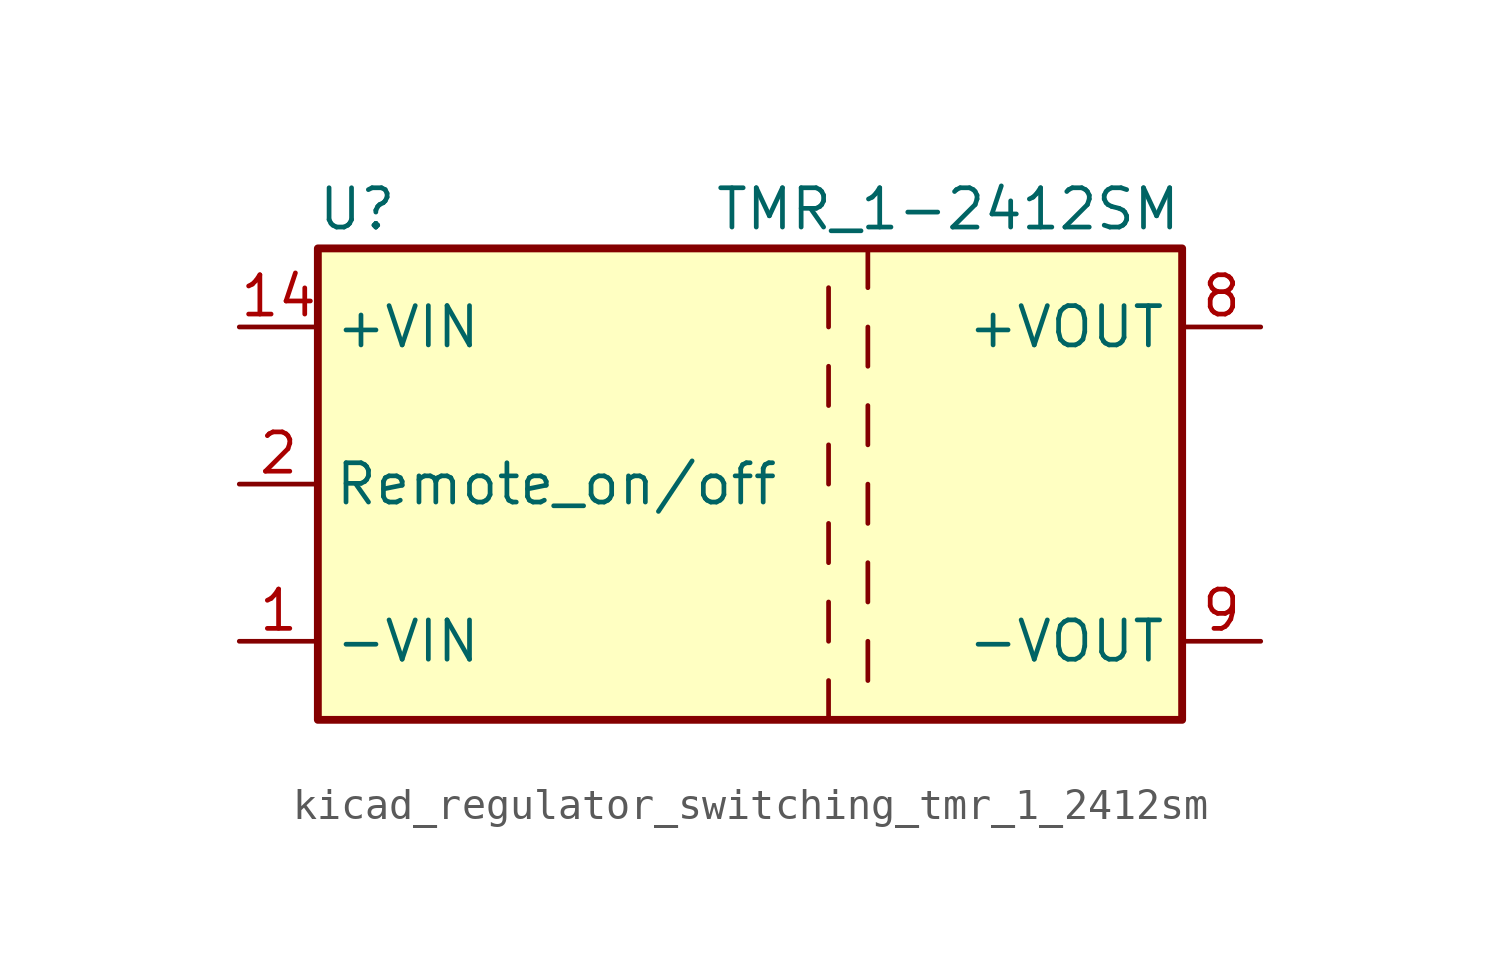
<source format=kicad_sym>
(kicad_symbol_lib
  (version 20220914)
  (generator kicad_symbol_editor)
  (symbol "kicad_regulator_switching_tmr_1_2412sm"
    (property "Reference" "U"
      (at -16.51 8.89 0)
      (effects (font (size 1.27 1.27))))
    (property "Value" "TMR_1-2412SM"
      (at 10.16 8.89 0)
      (effects (font (size 1.27 1.27)) (justify right)))
    (symbol "kicad_regulator_switching_tmr_1_2412sm_0_1"
      (rectangle (start -17.78 7.62) (end 10.16 -7.62) (stroke (width 0.254) (type default)) (fill (type background)))
      (polyline (pts (xy -1.27 -6.35) (xy -1.27 -7.62)) (stroke (width 0) (type default)) (fill (type none)))
      (polyline (pts (xy -1.27 -3.81) (xy -1.27 -5.08)) (stroke (width 0) (type default)) (fill (type none)))
      (polyline (pts (xy -1.27 -1.27) (xy -1.27 -2.54)) (stroke (width 0) (type default)) (fill (type none)))
      (polyline (pts (xy -1.27 1.27) (xy -1.27 0)) (stroke (width 0) (type default)) (fill (type none)))
      (polyline (pts (xy -1.27 3.81) (xy -1.27 2.54)) (stroke (width 0) (type default)) (fill (type none)))
      (polyline (pts (xy -1.27 6.35) (xy -1.27 5.08)) (stroke (width 0) (type default)) (fill (type none)))
      (polyline (pts (xy 0 -5.08) (xy 0 -6.35)) (stroke (width 0) (type default)) (fill (type none)))
      (polyline (pts (xy 0 -2.54) (xy 0 -3.81)) (stroke (width 0) (type default)) (fill (type none)))
      (polyline (pts (xy 0 0) (xy 0 -1.27)) (stroke (width 0) (type default)) (fill (type none)))
      (polyline (pts (xy 0 2.54) (xy 0 1.27)) (stroke (width 0) (type default)) (fill (type none)))
      (polyline (pts (xy 0 5.08) (xy 0 3.81)) (stroke (width 0) (type default)) (fill (type none)))
      (polyline (pts (xy 0 7.62) (xy 0 6.35)) (stroke (width 0) (type default)) (fill (type none))))
    (symbol "kicad_regulator_switching_tmr_1_2412sm_1_1"
      (pin power_in line (at -20.32 -5.08 0) (length 2.54) (name "-VIN" (effects (font (size 1.27 1.27)))) (number "1" (effects (font (size 1.27 1.27)))))
      (pin power_in line (at -20.32 5.08 0) (length 2.54) (name "+VIN" (effects (font (size 1.27 1.27)))) (number "14" (effects (font (size 1.27 1.27)))))
      (pin input line (at -20.32 0 0) (length 2.54) (name "Remote_on/off" (effects (font (size 1.27 1.27)))) (number "2" (effects (font (size 1.27 1.27)))))
      (pin no_connect line (at 10.16 2.54 180) (length 2.54) hide (name "NC" (effects (font (size 1.27 1.27)))) (number "6" (effects (font (size 1.27 1.27)))))
      (pin no_connect line (at 10.16 -2.54 180) (length 2.54) hide (name "NC" (effects (font (size 1.27 1.27)))) (number "7" (effects (font (size 1.27 1.27)))))
      (pin power_out line (at 12.7 5.08 180) (length 2.54) (name "+VOUT" (effects (font (size 1.27 1.27)))) (number "8" (effects (font (size 1.27 1.27)))))
      (pin power_out line (at 12.7 -5.08 180) (length 2.54) (name "-VOUT" (effects (font (size 1.27 1.27)))) (number "9" (effects (font (size 1.27 1.27))))))))
</source>
